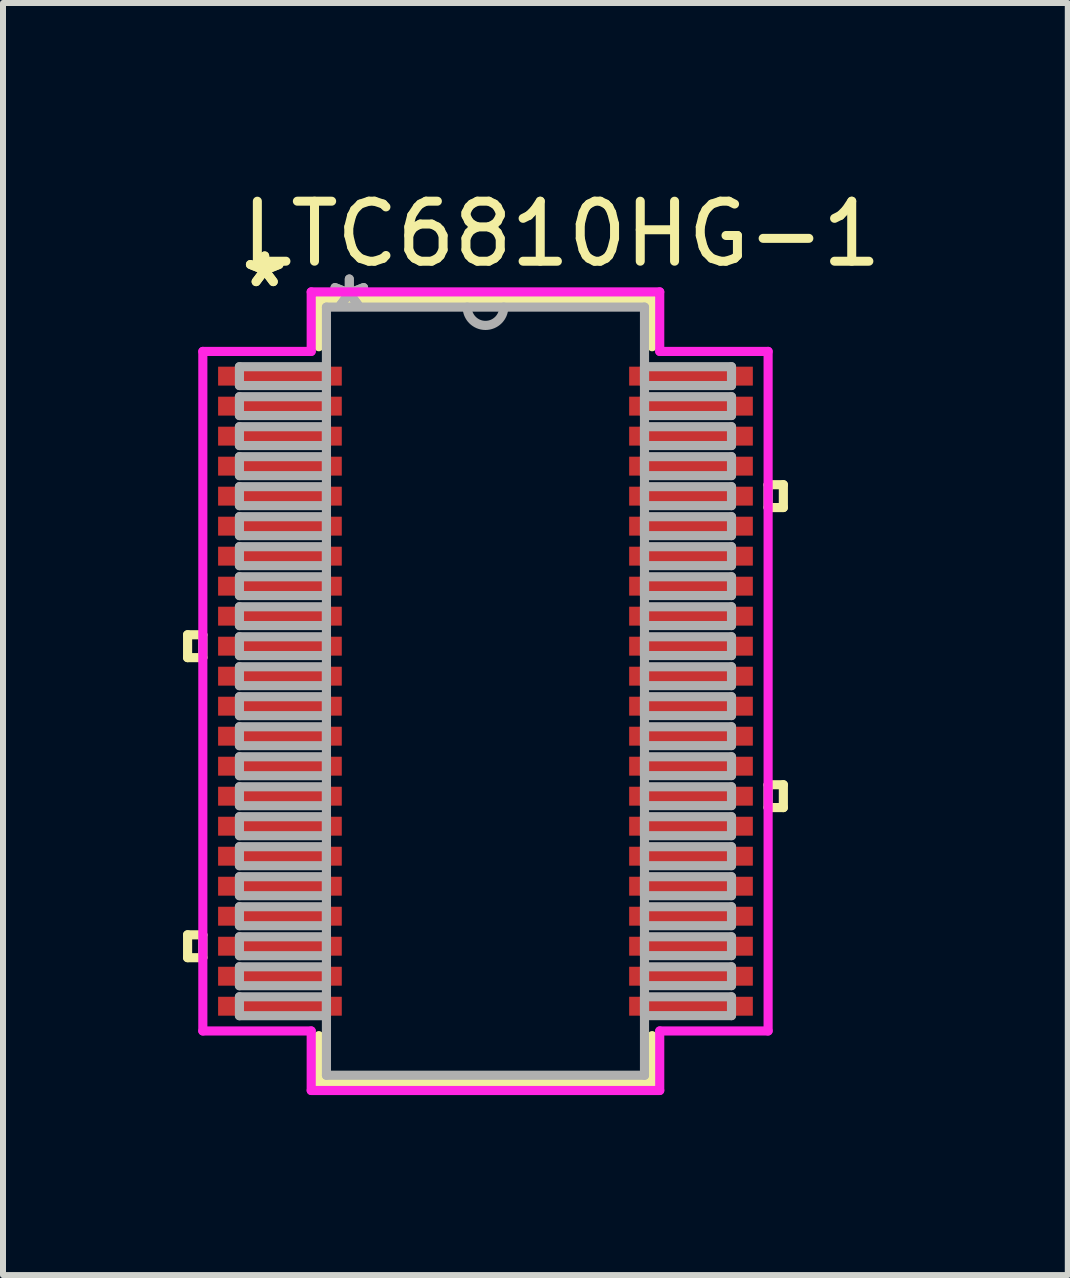
<source format=kicad_pcb>
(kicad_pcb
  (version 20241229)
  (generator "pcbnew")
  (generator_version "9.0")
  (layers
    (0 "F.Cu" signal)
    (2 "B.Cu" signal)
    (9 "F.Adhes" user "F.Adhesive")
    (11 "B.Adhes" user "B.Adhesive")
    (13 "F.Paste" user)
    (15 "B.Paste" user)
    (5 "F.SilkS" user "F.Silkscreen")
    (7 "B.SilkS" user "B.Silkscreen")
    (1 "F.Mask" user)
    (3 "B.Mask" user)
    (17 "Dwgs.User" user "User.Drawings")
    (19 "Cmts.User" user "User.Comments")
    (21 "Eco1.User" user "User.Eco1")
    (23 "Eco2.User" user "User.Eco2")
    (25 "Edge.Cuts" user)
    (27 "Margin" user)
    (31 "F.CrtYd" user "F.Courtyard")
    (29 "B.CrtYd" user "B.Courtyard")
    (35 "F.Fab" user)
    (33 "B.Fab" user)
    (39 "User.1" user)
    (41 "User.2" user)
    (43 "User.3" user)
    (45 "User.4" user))
  (footprint "LTC6810HG-1"
    (layer "F.Cu")
    (at 5.04 8.468)
    (property "Reference" "LTC6810HG-1" (at 1.27 -7.62 0) (layer "F.SilkS") (effects (font (size 1 1) (thickness 0.15))))
    (attr through_hole)
    (fp_line (start -4.964 -0.94) (end -4.964 -0.559) (stroke (width 0.152) (type solid)) (layer "F.SilkS"))
    (fp_line (start -4.964 -0.559) (end -4.71 -0.559) (stroke (width 0.152) (type solid)) (layer "F.SilkS"))
    (fp_line (start -4.964 4.06) (end -4.964 4.441) (stroke (width 0.152) (type solid)) (layer "F.SilkS"))
    (fp_line (start -4.964 4.441) (end -4.71 4.441) (stroke (width 0.152) (type solid)) (layer "F.SilkS"))
    (fp_line (start -4.71 -0.94) (end -4.964 -0.94) (stroke (width 0.152) (type solid)) (layer "F.SilkS"))
    (fp_line (start -4.71 -0.559) (end -4.71 -0.94) (stroke (width 0.152) (type solid)) (layer "F.SilkS"))
    (fp_line (start -4.71 4.06) (end -4.964 4.06) (stroke (width 0.152) (type solid)) (layer "F.SilkS"))
    (fp_line (start -4.71 4.441) (end -4.71 4.06) (stroke (width 0.152) (type solid)) (layer "F.SilkS"))
    (fp_line (start -2.777 -6.527) (end -2.777 -5.74) (stroke (width 0.152) (type solid)) (layer "F.SilkS"))
    (fp_line (start -2.777 5.74) (end -2.777 6.527) (stroke (width 0.152) (type solid)) (layer "F.SilkS"))
    (fp_line (start -2.777 6.527) (end 2.777 6.527) (stroke (width 0.152) (type solid)) (layer "F.SilkS"))
    (fp_line (start 2.777 -6.527) (end -2.777 -6.527) (stroke (width 0.152) (type solid)) (layer "F.SilkS"))
    (fp_line (start 2.777 -5.74) (end 2.777 -6.527) (stroke (width 0.152) (type solid)) (layer "F.SilkS"))
    (fp_line (start 2.777 6.527) (end 2.777 5.74) (stroke (width 0.152) (type solid)) (layer "F.SilkS"))
    (fp_line (start 4.71 -3.441) (end 4.964 -3.441) (stroke (width 0.152) (type solid)) (layer "F.SilkS"))
    (fp_line (start 4.71 -3.06) (end 4.71 -3.441) (stroke (width 0.152) (type solid)) (layer "F.SilkS"))
    (fp_line (start 4.71 1.559) (end 4.964 1.559) (stroke (width 0.152) (type solid)) (layer "F.SilkS"))
    (fp_line (start 4.71 1.94) (end 4.71 1.559) (stroke (width 0.152) (type solid)) (layer "F.SilkS"))
    (fp_line (start 4.964 -3.441) (end 4.964 -3.06) (stroke (width 0.152) (type solid)) (layer "F.SilkS"))
    (fp_line (start 4.964 -3.06) (end 4.71 -3.06) (stroke (width 0.152) (type solid)) (layer "F.SilkS"))
    (fp_line (start 4.964 1.559) (end 4.964 1.94) (stroke (width 0.152) (type solid)) (layer "F.SilkS"))
    (fp_line (start 4.964 1.94) (end 4.71 1.94) (stroke (width 0.152) (type solid)) (layer "F.SilkS"))
    (fp_line (start -4.71 -5.662) (end -2.904 -5.662) (stroke (width 0.152) (type solid)) (layer "F.CrtYd"))
    (fp_line (start -4.71 5.662) (end -4.71 -5.662) (stroke (width 0.152) (type solid)) (layer "F.CrtYd"))
    (fp_line (start -2.904 -6.654) (end 2.904 -6.654) (stroke (width 0.152) (type solid)) (layer "F.CrtYd"))
    (fp_line (start -2.904 -5.662) (end -2.904 -6.654) (stroke (width 0.152) (type solid)) (layer "F.CrtYd"))
    (fp_line (start -2.904 5.662) (end -4.71 5.662) (stroke (width 0.152) (type solid)) (layer "F.CrtYd"))
    (fp_line (start -2.904 6.654) (end -2.904 5.662) (stroke (width 0.152) (type solid)) (layer "F.CrtYd"))
    (fp_line (start 2.904 -6.654) (end 2.904 -5.662) (stroke (width 0.152) (type solid)) (layer "F.CrtYd"))
    (fp_line (start 2.904 -5.662) (end 4.71 -5.662) (stroke (width 0.152) (type solid)) (layer "F.CrtYd"))
    (fp_line (start 2.904 5.662) (end 2.904 6.654) (stroke (width 0.152) (type solid)) (layer "F.CrtYd"))
    (fp_line (start 2.904 6.654) (end -2.904 6.654) (stroke (width 0.152) (type solid)) (layer "F.CrtYd"))
    (fp_line (start 4.71 -5.662) (end 4.71 5.662) (stroke (width 0.152) (type solid)) (layer "F.CrtYd"))
    (fp_line (start 4.71 5.662) (end 2.904 5.662) (stroke (width 0.152) (type solid)) (layer "F.CrtYd"))
    (fp_line (start -4.1 -5.407) (end -4.1 -5.093) (stroke (width 0.152) (type solid)) (layer "F.Fab"))
    (fp_line (start -4.1 -5.093) (end -2.65 -5.093) (stroke (width 0.152) (type solid)) (layer "F.Fab"))
    (fp_line (start -4.1 -4.907) (end -4.1 -4.593) (stroke (width 0.152) (type solid)) (layer "F.Fab"))
    (fp_line (start -4.1 -4.593) (end -2.65 -4.593) (stroke (width 0.152) (type solid)) (layer "F.Fab"))
    (fp_line (start -4.1 -4.407) (end -4.1 -4.093) (stroke (width 0.152) (type solid)) (layer "F.Fab"))
    (fp_line (start -4.1 -4.093) (end -2.65 -4.093) (stroke (width 0.152) (type solid)) (layer "F.Fab"))
    (fp_line (start -4.1 -3.908) (end -4.1 -3.592) (stroke (width 0.152) (type solid)) (layer "F.Fab"))
    (fp_line (start -4.1 -3.592) (end -2.65 -3.592) (stroke (width 0.152) (type solid)) (layer "F.Fab"))
    (fp_line (start -4.1 -3.408) (end -4.1 -3.092) (stroke (width 0.152) (type solid)) (layer "F.Fab"))
    (fp_line (start -4.1 -3.092) (end -2.65 -3.092) (stroke (width 0.152) (type solid)) (layer "F.Fab"))
    (fp_line (start -4.1 -2.908) (end -4.1 -2.592) (stroke (width 0.152) (type solid)) (layer "F.Fab"))
    (fp_line (start -4.1 -2.592) (end -2.65 -2.592) (stroke (width 0.152) (type solid)) (layer "F.Fab"))
    (fp_line (start -4.1 -2.408) (end -4.1 -2.092) (stroke (width 0.152) (type solid)) (layer "F.Fab"))
    (fp_line (start -4.1 -2.092) (end -2.65 -2.092) (stroke (width 0.152) (type solid)) (layer "F.Fab"))
    (fp_line (start -4.1 -1.907) (end -4.1 -1.593) (stroke (width 0.152) (type solid)) (layer "F.Fab"))
    (fp_line (start -4.1 -1.593) (end -2.65 -1.593) (stroke (width 0.152) (type solid)) (layer "F.Fab"))
    (fp_line (start -4.1 -1.407) (end -4.1 -1.093) (stroke (width 0.152) (type solid)) (layer "F.Fab"))
    (fp_line (start -4.1 -1.093) (end -2.65 -1.093) (stroke (width 0.152) (type solid)) (layer "F.Fab"))
    (fp_line (start -4.1 -0.907) (end -4.1 -0.593) (stroke (width 0.152) (type solid)) (layer "F.Fab"))
    (fp_line (start -4.1 -0.593) (end -2.65 -0.593) (stroke (width 0.152) (type solid)) (layer "F.Fab"))
    (fp_line (start -4.1 -0.407) (end -4.1 -0.092) (stroke (width 0.152) (type solid)) (layer "F.Fab"))
    (fp_line (start -4.1 -0.092) (end -2.65 -0.092) (stroke (width 0.152) (type solid)) (layer "F.Fab"))
    (fp_line (start -4.1 0.092) (end -4.1 0.408) (stroke (width 0.152) (type solid)) (layer "F.Fab"))
    (fp_line (start -4.1 0.408) (end -2.65 0.408) (stroke (width 0.152) (type solid)) (layer "F.Fab"))
    (fp_line (start -4.1 0.593) (end -4.1 0.908) (stroke (width 0.152) (type solid)) (layer "F.Fab"))
    (fp_line (start -4.1 0.908) (end -2.65 0.908) (stroke (width 0.152) (type solid)) (layer "F.Fab"))
    (fp_line (start -4.1 1.093) (end -4.1 1.408) (stroke (width 0.152) (type solid)) (layer "F.Fab"))
    (fp_line (start -4.1 1.408) (end -2.65 1.408) (stroke (width 0.152) (type solid)) (layer "F.Fab"))
    (fp_line (start -4.1 1.593) (end -4.1 1.908) (stroke (width 0.152) (type solid)) (layer "F.Fab"))
    (fp_line (start -4.1 1.908) (end -2.65 1.908) (stroke (width 0.152) (type solid)) (layer "F.Fab"))
    (fp_line (start -4.1 2.092) (end -4.1 2.408) (stroke (width 0.152) (type solid)) (layer "F.Fab"))
    (fp_line (start -4.1 2.408) (end -2.65 2.408) (stroke (width 0.152) (type solid)) (layer "F.Fab"))
    (fp_line (start -4.1 2.592) (end -4.1 2.908) (stroke (width 0.152) (type solid)) (layer "F.Fab"))
    (fp_line (start -4.1 2.908) (end -2.65 2.908) (stroke (width 0.152) (type solid)) (layer "F.Fab"))
    (fp_line (start -4.1 3.092) (end -4.1 3.408) (stroke (width 0.152) (type solid)) (layer "F.Fab"))
    (fp_line (start -4.1 3.408) (end -2.65 3.408) (stroke (width 0.152) (type solid)) (layer "F.Fab"))
    (fp_line (start -4.1 3.592) (end -4.1 3.908) (stroke (width 0.152) (type solid)) (layer "F.Fab"))
    (fp_line (start -4.1 3.908) (end -2.65 3.908) (stroke (width 0.152) (type solid)) (layer "F.Fab"))
    (fp_line (start -4.1 4.093) (end -4.1 4.408) (stroke (width 0.152) (type solid)) (layer "F.Fab"))
    (fp_line (start -4.1 4.408) (end -2.65 4.408) (stroke (width 0.152) (type solid)) (layer "F.Fab"))
    (fp_line (start -4.1 4.593) (end -4.1 4.908) (stroke (width 0.152) (type solid)) (layer "F.Fab"))
    (fp_line (start -4.1 4.908) (end -2.65 4.908) (stroke (width 0.152) (type solid)) (layer "F.Fab"))
    (fp_line (start -4.1 5.093) (end -4.1 5.408) (stroke (width 0.152) (type solid)) (layer "F.Fab"))
    (fp_line (start -4.1 5.408) (end -2.65 5.408) (stroke (width 0.152) (type solid)) (layer "F.Fab"))
    (fp_line (start -2.65 -6.4) (end -2.65 6.4) (stroke (width 0.152) (type solid)) (layer "F.Fab"))
    (fp_line (start -2.65 -5.407) (end -4.1 -5.407) (stroke (width 0.152) (type solid)) (layer "F.Fab"))
    (fp_line (start -2.65 -5.093) (end -2.65 -5.407) (stroke (width 0.152) (type solid)) (layer "F.Fab"))
    (fp_line (start -2.65 -4.907) (end -4.1 -4.907) (stroke (width 0.152) (type solid)) (layer "F.Fab"))
    (fp_line (start -2.65 -4.593) (end -2.65 -4.907) (stroke (width 0.152) (type solid)) (layer "F.Fab"))
    (fp_line (start -2.65 -4.407) (end -4.1 -4.407) (stroke (width 0.152) (type solid)) (layer "F.Fab"))
    (fp_line (start -2.65 -4.093) (end -2.65 -4.407) (stroke (width 0.152) (type solid)) (layer "F.Fab"))
    (fp_line (start -2.65 -3.908) (end -4.1 -3.908) (stroke (width 0.152) (type solid)) (layer "F.Fab"))
    (fp_line (start -2.65 -3.592) (end -2.65 -3.908) (stroke (width 0.152) (type solid)) (layer "F.Fab"))
    (fp_line (start -2.65 -3.408) (end -4.1 -3.408) (stroke (width 0.152) (type solid)) (layer "F.Fab"))
    (fp_line (start -2.65 -3.092) (end -2.65 -3.408) (stroke (width 0.152) (type solid)) (layer "F.Fab"))
    (fp_line (start -2.65 -2.908) (end -4.1 -2.908) (stroke (width 0.152) (type solid)) (layer "F.Fab"))
    (fp_line (start -2.65 -2.592) (end -2.65 -2.908) (stroke (width 0.152) (type solid)) (layer "F.Fab"))
    (fp_line (start -2.65 -2.408) (end -4.1 -2.408) (stroke (width 0.152) (type solid)) (layer "F.Fab"))
    (fp_line (start -2.65 -2.092) (end -2.65 -2.408) (stroke (width 0.152) (type solid)) (layer "F.Fab"))
    (fp_line (start -2.65 -1.907) (end -4.1 -1.907) (stroke (width 0.152) (type solid)) (layer "F.Fab"))
    (fp_line (start -2.65 -1.593) (end -2.65 -1.907) (stroke (width 0.152) (type solid)) (layer "F.Fab"))
    (fp_line (start -2.65 -1.407) (end -4.1 -1.407) (stroke (width 0.152) (type solid)) (layer "F.Fab"))
    (fp_line (start -2.65 -1.093) (end -2.65 -1.407) (stroke (width 0.152) (type solid)) (layer "F.Fab"))
    (fp_line (start -2.65 -0.907) (end -4.1 -0.907) (stroke (width 0.152) (type solid)) (layer "F.Fab"))
    (fp_line (start -2.65 -0.593) (end -2.65 -0.907) (stroke (width 0.152) (type solid)) (layer "F.Fab"))
    (fp_line (start -2.65 -0.407) (end -4.1 -0.407) (stroke (width 0.152) (type solid)) (layer "F.Fab"))
    (fp_line (start -2.65 -0.092) (end -2.65 -0.407) (stroke (width 0.152) (type solid)) (layer "F.Fab"))
    (fp_line (start -2.65 0.092) (end -4.1 0.092) (stroke (width 0.152) (type solid)) (layer "F.Fab"))
    (fp_line (start -2.65 0.408) (end -2.65 0.092) (stroke (width 0.152) (type solid)) (layer "F.Fab"))
    (fp_line (start -2.65 0.593) (end -4.1 0.593) (stroke (width 0.152) (type solid)) (layer "F.Fab"))
    (fp_line (start -2.65 0.908) (end -2.65 0.593) (stroke (width 0.152) (type solid)) (layer "F.Fab"))
    (fp_line (start -2.65 1.093) (end -4.1 1.093) (stroke (width 0.152) (type solid)) (layer "F.Fab"))
    (fp_line (start -2.65 1.408) (end -2.65 1.093) (stroke (width 0.152) (type solid)) (layer "F.Fab"))
    (fp_line (start -2.65 1.593) (end -4.1 1.593) (stroke (width 0.152) (type solid)) (layer "F.Fab"))
    (fp_line (start -2.65 1.908) (end -2.65 1.593) (stroke (width 0.152) (type solid)) (layer "F.Fab"))
    (fp_line (start -2.65 2.092) (end -4.1 2.092) (stroke (width 0.152) (type solid)) (layer "F.Fab"))
    (fp_line (start -2.65 2.408) (end -2.65 2.092) (stroke (width 0.152) (type solid)) (layer "F.Fab"))
    (fp_line (start -2.65 2.592) (end -4.1 2.592) (stroke (width 0.152) (type solid)) (layer "F.Fab"))
    (fp_line (start -2.65 2.908) (end -2.65 2.592) (stroke (width 0.152) (type solid)) (layer "F.Fab"))
    (fp_line (start -2.65 3.092) (end -4.1 3.092) (stroke (width 0.152) (type solid)) (layer "F.Fab"))
    (fp_line (start -2.65 3.408) (end -2.65 3.092) (stroke (width 0.152) (type solid)) (layer "F.Fab"))
    (fp_line (start -2.65 3.592) (end -4.1 3.592) (stroke (width 0.152) (type solid)) (layer "F.Fab"))
    (fp_line (start -2.65 3.908) (end -2.65 3.592) (stroke (width 0.152) (type solid)) (layer "F.Fab"))
    (fp_line (start -2.65 4.093) (end -4.1 4.093) (stroke (width 0.152) (type solid)) (layer "F.Fab"))
    (fp_line (start -2.65 4.408) (end -2.65 4.093) (stroke (width 0.152) (type solid)) (layer "F.Fab"))
    (fp_line (start -2.65 4.593) (end -4.1 4.593) (stroke (width 0.152) (type solid)) (layer "F.Fab"))
    (fp_line (start -2.65 4.908) (end -2.65 4.593) (stroke (width 0.152) (type solid)) (layer "F.Fab"))
    (fp_line (start -2.65 5.093) (end -4.1 5.093) (stroke (width 0.152) (type solid)) (layer "F.Fab"))
    (fp_line (start -2.65 5.408) (end -2.65 5.093) (stroke (width 0.152) (type solid)) (layer "F.Fab"))
    (fp_line (start -2.65 6.4) (end 2.65 6.4) (stroke (width 0.152) (type solid)) (layer "F.Fab"))
    (fp_line (start 2.65 -6.4) (end -2.65 -6.4) (stroke (width 0.152) (type solid)) (layer "F.Fab"))
    (fp_line (start 2.65 -5.407) (end 2.65 -5.093) (stroke (width 0.152) (type solid)) (layer "F.Fab"))
    (fp_line (start 2.65 -5.093) (end 4.1 -5.093) (stroke (width 0.152) (type solid)) (layer "F.Fab"))
    (fp_line (start 2.65 -4.907) (end 2.65 -4.593) (stroke (width 0.152) (type solid)) (layer "F.Fab"))
    (fp_line (start 2.65 -4.593) (end 4.1 -4.593) (stroke (width 0.152) (type solid)) (layer "F.Fab"))
    (fp_line (start 2.65 -4.407) (end 2.65 -4.093) (stroke (width 0.152) (type solid)) (layer "F.Fab"))
    (fp_line (start 2.65 -4.093) (end 4.1 -4.093) (stroke (width 0.152) (type solid)) (layer "F.Fab"))
    (fp_line (start 2.65 -3.908) (end 2.65 -3.592) (stroke (width 0.152) (type solid)) (layer "F.Fab"))
    (fp_line (start 2.65 -3.592) (end 4.1 -3.592) (stroke (width 0.152) (type solid)) (layer "F.Fab"))
    (fp_line (start 2.65 -3.408) (end 2.65 -3.092) (stroke (width 0.152) (type solid)) (layer "F.Fab"))
    (fp_line (start 2.65 -3.092) (end 4.1 -3.092) (stroke (width 0.152) (type solid)) (layer "F.Fab"))
    (fp_line (start 2.65 -2.908) (end 2.65 -2.592) (stroke (width 0.152) (type solid)) (layer "F.Fab"))
    (fp_line (start 2.65 -2.592) (end 4.1 -2.592) (stroke (width 0.152) (type solid)) (layer "F.Fab"))
    (fp_line (start 2.65 -2.408) (end 2.65 -2.092) (stroke (width 0.152) (type solid)) (layer "F.Fab"))
    (fp_line (start 2.65 -2.092) (end 4.1 -2.092) (stroke (width 0.152) (type solid)) (layer "F.Fab"))
    (fp_line (start 2.65 -1.907) (end 2.65 -1.593) (stroke (width 0.152) (type solid)) (layer "F.Fab"))
    (fp_line (start 2.65 -1.593) (end 4.1 -1.593) (stroke (width 0.152) (type solid)) (layer "F.Fab"))
    (fp_line (start 2.65 -1.407) (end 2.65 -1.093) (stroke (width 0.152) (type solid)) (layer "F.Fab"))
    (fp_line (start 2.65 -1.093) (end 4.1 -1.093) (stroke (width 0.152) (type solid)) (layer "F.Fab"))
    (fp_line (start 2.65 -0.907) (end 2.65 -0.593) (stroke (width 0.152) (type solid)) (layer "F.Fab"))
    (fp_line (start 2.65 -0.593) (end 4.1 -0.593) (stroke (width 0.152) (type solid)) (layer "F.Fab"))
    (fp_line (start 2.65 -0.407) (end 2.65 -0.092) (stroke (width 0.152) (type solid)) (layer "F.Fab"))
    (fp_line (start 2.65 -0.092) (end 4.1 -0.092) (stroke (width 0.152) (type solid)) (layer "F.Fab"))
    (fp_line (start 2.65 0.092) (end 2.65 0.407) (stroke (width 0.152) (type solid)) (layer "F.Fab"))
    (fp_line (start 2.65 0.407) (end 4.1 0.407) (stroke (width 0.152) (type solid)) (layer "F.Fab"))
    (fp_line (start 2.65 0.593) (end 2.65 0.907) (stroke (width 0.152) (type solid)) (layer "F.Fab"))
    (fp_line (start 2.65 0.907) (end 4.1 0.907) (stroke (width 0.152) (type solid)) (layer "F.Fab"))
    (fp_line (start 2.65 1.093) (end 2.65 1.407) (stroke (width 0.152) (type solid)) (layer "F.Fab"))
    (fp_line (start 2.65 1.407) (end 4.1 1.407) (stroke (width 0.152) (type solid)) (layer "F.Fab"))
    (fp_line (start 2.65 1.593) (end 2.65 1.907) (stroke (width 0.152) (type solid)) (layer "F.Fab"))
    (fp_line (start 2.65 1.907) (end 4.1 1.907) (stroke (width 0.152) (type solid)) (layer "F.Fab"))
    (fp_line (start 2.65 2.092) (end 2.65 2.408) (stroke (width 0.152) (type solid)) (layer "F.Fab"))
    (fp_line (start 2.65 2.408) (end 4.1 2.408) (stroke (width 0.152) (type solid)) (layer "F.Fab"))
    (fp_line (start 2.65 2.592) (end 2.65 2.908) (stroke (width 0.152) (type solid)) (layer "F.Fab"))
    (fp_line (start 2.65 2.908) (end 4.1 2.908) (stroke (width 0.152) (type solid)) (layer "F.Fab"))
    (fp_line (start 2.65 3.092) (end 2.65 3.408) (stroke (width 0.152) (type solid)) (layer "F.Fab"))
    (fp_line (start 2.65 3.408) (end 4.1 3.408) (stroke (width 0.152) (type solid)) (layer "F.Fab"))
    (fp_line (start 2.65 3.592) (end 2.65 3.908) (stroke (width 0.152) (type solid)) (layer "F.Fab"))
    (fp_line (start 2.65 3.908) (end 4.1 3.908) (stroke (width 0.152) (type solid)) (layer "F.Fab"))
    (fp_line (start 2.65 4.093) (end 2.65 4.407) (stroke (width 0.152) (type solid)) (layer "F.Fab"))
    (fp_line (start 2.65 4.407) (end 4.1 4.407) (stroke (width 0.152) (type solid)) (layer "F.Fab"))
    (fp_line (start 2.65 4.593) (end 2.65 4.907) (stroke (width 0.152) (type solid)) (layer "F.Fab"))
    (fp_line (start 2.65 4.907) (end 4.1 4.907) (stroke (width 0.152) (type solid)) (layer "F.Fab"))
    (fp_line (start 2.65 5.093) (end 2.65 5.407) (stroke (width 0.152) (type solid)) (layer "F.Fab"))
    (fp_line (start 2.65 5.407) (end 4.1 5.407) (stroke (width 0.152) (type solid)) (layer "F.Fab"))
    (fp_line (start 2.65 6.4) (end 2.65 -6.4) (stroke (width 0.152) (type solid)) (layer "F.Fab"))
    (fp_line (start 4.1 -5.407) (end 2.65 -5.407) (stroke (width 0.152) (type solid)) (layer "F.Fab"))
    (fp_line (start 4.1 -5.093) (end 4.1 -5.407) (stroke (width 0.152) (type solid)) (layer "F.Fab"))
    (fp_line (start 4.1 -4.907) (end 2.65 -4.907) (stroke (width 0.152) (type solid)) (layer "F.Fab"))
    (fp_line (start 4.1 -4.593) (end 4.1 -4.907) (stroke (width 0.152) (type solid)) (layer "F.Fab"))
    (fp_line (start 4.1 -4.407) (end 2.65 -4.407) (stroke (width 0.152) (type solid)) (layer "F.Fab"))
    (fp_line (start 4.1 -4.093) (end 4.1 -4.407) (stroke (width 0.152) (type solid)) (layer "F.Fab"))
    (fp_line (start 4.1 -3.908) (end 2.65 -3.908) (stroke (width 0.152) (type solid)) (layer "F.Fab"))
    (fp_line (start 4.1 -3.592) (end 4.1 -3.908) (stroke (width 0.152) (type solid)) (layer "F.Fab"))
    (fp_line (start 4.1 -3.408) (end 2.65 -3.408) (stroke (width 0.152) (type solid)) (layer "F.Fab"))
    (fp_line (start 4.1 -3.092) (end 4.1 -3.408) (stroke (width 0.152) (type solid)) (layer "F.Fab"))
    (fp_line (start 4.1 -2.908) (end 2.65 -2.908) (stroke (width 0.152) (type solid)) (layer "F.Fab"))
    (fp_line (start 4.1 -2.592) (end 4.1 -2.908) (stroke (width 0.152) (type solid)) (layer "F.Fab"))
    (fp_line (start 4.1 -2.408) (end 2.65 -2.408) (stroke (width 0.152) (type solid)) (layer "F.Fab"))
    (fp_line (start 4.1 -2.092) (end 4.1 -2.408) (stroke (width 0.152) (type solid)) (layer "F.Fab"))
    (fp_line (start 4.1 -1.907) (end 2.65 -1.907) (stroke (width 0.152) (type solid)) (layer "F.Fab"))
    (fp_line (start 4.1 -1.593) (end 4.1 -1.907) (stroke (width 0.152) (type solid)) (layer "F.Fab"))
    (fp_line (start 4.1 -1.407) (end 2.65 -1.407) (stroke (width 0.152) (type solid)) (layer "F.Fab"))
    (fp_line (start 4.1 -1.093) (end 4.1 -1.407) (stroke (width 0.152) (type solid)) (layer "F.Fab"))
    (fp_line (start 4.1 -0.907) (end 2.65 -0.907) (stroke (width 0.152) (type solid)) (layer "F.Fab"))
    (fp_line (start 4.1 -0.593) (end 4.1 -0.907) (stroke (width 0.152) (type solid)) (layer "F.Fab"))
    (fp_line (start 4.1 -0.407) (end 2.65 -0.407) (stroke (width 0.152) (type solid)) (layer "F.Fab"))
    (fp_line (start 4.1 -0.092) (end 4.1 -0.407) (stroke (width 0.152) (type solid)) (layer "F.Fab"))
    (fp_line (start 4.1 0.092) (end 2.65 0.092) (stroke (width 0.152) (type solid)) (layer "F.Fab"))
    (fp_line (start 4.1 0.407) (end 4.1 0.092) (stroke (width 0.152) (type solid)) (layer "F.Fab"))
    (fp_line (start 4.1 0.593) (end 2.65 0.593) (stroke (width 0.152) (type solid)) (layer "F.Fab"))
    (fp_line (start 4.1 0.907) (end 4.1 0.593) (stroke (width 0.152) (type solid)) (layer "F.Fab"))
    (fp_line (start 4.1 1.093) (end 2.65 1.093) (stroke (width 0.152) (type solid)) (layer "F.Fab"))
    (fp_line (start 4.1 1.407) (end 4.1 1.093) (stroke (width 0.152) (type solid)) (layer "F.Fab"))
    (fp_line (start 4.1 1.593) (end 2.65 1.593) (stroke (width 0.152) (type solid)) (layer "F.Fab"))
    (fp_line (start 4.1 1.907) (end 4.1 1.593) (stroke (width 0.152) (type solid)) (layer "F.Fab"))
    (fp_line (start 4.1 2.092) (end 2.65 2.092) (stroke (width 0.152) (type solid)) (layer "F.Fab"))
    (fp_line (start 4.1 2.408) (end 4.1 2.092) (stroke (width 0.152) (type solid)) (layer "F.Fab"))
    (fp_line (start 4.1 2.592) (end 2.65 2.592) (stroke (width 0.152) (type solid)) (layer "F.Fab"))
    (fp_line (start 4.1 2.908) (end 4.1 2.592) (stroke (width 0.152) (type solid)) (layer "F.Fab"))
    (fp_line (start 4.1 3.092) (end 2.65 3.092) (stroke (width 0.152) (type solid)) (layer "F.Fab"))
    (fp_line (start 4.1 3.408) (end 4.1 3.092) (stroke (width 0.152) (type solid)) (layer "F.Fab"))
    (fp_line (start 4.1 3.592) (end 2.65 3.592) (stroke (width 0.152) (type solid)) (layer "F.Fab"))
    (fp_line (start 4.1 3.908) (end 4.1 3.592) (stroke (width 0.152) (type solid)) (layer "F.Fab"))
    (fp_line (start 4.1 4.093) (end 2.65 4.093) (stroke (width 0.152) (type solid)) (layer "F.Fab"))
    (fp_line (start 4.1 4.407) (end 4.1 4.093) (stroke (width 0.152) (type solid)) (layer "F.Fab"))
    (fp_line (start 4.1 4.593) (end 2.65 4.593) (stroke (width 0.152) (type solid)) (layer "F.Fab"))
    (fp_line (start 4.1 4.907) (end 4.1 4.593) (stroke (width 0.152) (type solid)) (layer "F.Fab"))
    (fp_line (start 4.1 5.093) (end 2.65 5.093) (stroke (width 0.152) (type solid)) (layer "F.Fab"))
    (fp_line (start 4.1 5.407) (end 4.1 5.093) (stroke (width 0.152) (type solid)) (layer "F.Fab"))
    (fp_arc (start 0.3048 -6.4) (mid 0 -6.0952) (end -0.3048 -6.4) (stroke (width 0.1524) (type solid)) (layer "F.Fab"))
    (fp_text user "*" (at -3.679 -6.708 0) (layer "F.SilkS") (effects (font (size 1 1) (thickness 0.15))))
    (fp_text user "*" (at -3.679 -6.708 0) (layer "F.SilkS") (effects (font (size 1 1) (thickness 0.15))))
    (fp_text user "*" (at -2.269 -6.324 0) (layer "F.Fab") (effects (font (size 1 1) (thickness 0.15))))
    (fp_text user "*" (at -2.269 -6.324 0) (layer "F.Fab") (effects (font (size 1 1) (thickness 0.15))))
    (pad "1" smd rect (at -3.425 -5.25) (size 2.061 0.315) (layers "F.Cu" "F.Mask" "F.Paste"))
    (pad "2" smd rect (at -3.425 -4.75) (size 2.061 0.315) (layers "F.Cu" "F.Mask" "F.Paste"))
    (pad "3" smd rect (at -3.425 -4.25) (size 2.061 0.315) (layers "F.Cu" "F.Mask" "F.Paste"))
    (pad "4" smd rect (at -3.425 -3.75) (size 2.061 0.315) (layers "F.Cu" "F.Mask" "F.Paste"))
    (pad "5" smd rect (at -3.425 -3.25) (size 2.061 0.315) (layers "F.Cu" "F.Mask" "F.Paste"))
    (pad "6" smd rect (at -3.425 -2.75) (size 2.061 0.315) (layers "F.Cu" "F.Mask" "F.Paste"))
    (pad "7" smd rect (at -3.425 -2.25) (size 2.061 0.315) (layers "F.Cu" "F.Mask" "F.Paste"))
    (pad "8" smd rect (at -3.425 -1.75) (size 2.061 0.315) (layers "F.Cu" "F.Mask" "F.Paste"))
    (pad "9" smd rect (at -3.425 -1.25) (size 2.061 0.315) (layers "F.Cu" "F.Mask" "F.Paste"))
    (pad "10" smd rect (at -3.425 -0.75) (size 2.061 0.315) (layers "F.Cu" "F.Mask" "F.Paste"))
    (pad "11" smd rect (at -3.425 -0.25) (size 2.061 0.315) (layers "F.Cu" "F.Mask" "F.Paste"))
    (pad "12" smd rect (at -3.425 0.25) (size 2.061 0.315) (layers "F.Cu" "F.Mask" "F.Paste"))
    (pad "13" smd rect (at -3.425 0.75) (size 2.061 0.315) (layers "F.Cu" "F.Mask" "F.Paste"))
    (pad "14" smd rect (at -3.425 1.25) (size 2.061 0.315) (layers "F.Cu" "F.Mask" "F.Paste"))
    (pad "15" smd rect (at -3.425 1.75) (size 2.061 0.315) (layers "F.Cu" "F.Mask" "F.Paste"))
    (pad "16" smd rect (at -3.425 2.25) (size 2.061 0.315) (layers "F.Cu" "F.Mask" "F.Paste"))
    (pad "17" smd rect (at -3.425 2.75) (size 2.061 0.315) (layers "F.Cu" "F.Mask" "F.Paste"))
    (pad "18" smd rect (at -3.425 3.25) (size 2.061 0.315) (layers "F.Cu" "F.Mask" "F.Paste"))
    (pad "19" smd rect (at -3.425 3.75) (size 2.061 0.315) (layers "F.Cu" "F.Mask" "F.Paste"))
    (pad "20" smd rect (at -3.425 4.25) (size 2.061 0.315) (layers "F.Cu" "F.Mask" "F.Paste"))
    (pad "21" smd rect (at -3.425 4.75) (size 2.061 0.315) (layers "F.Cu" "F.Mask" "F.Paste"))
    (pad "22" smd rect (at -3.425 5.25) (size 2.061 0.315) (layers "F.Cu" "F.Mask" "F.Paste"))
    (pad "23" smd rect (at 3.425 5.25) (size 2.061 0.315) (layers "F.Cu" "F.Mask" "F.Paste"))
    (pad "24" smd rect (at 3.425 4.75) (size 2.061 0.315) (layers "F.Cu" "F.Mask" "F.Paste"))
    (pad "25" smd rect (at 3.425 4.25) (size 2.061 0.315) (layers "F.Cu" "F.Mask" "F.Paste"))
    (pad "26" smd rect (at 3.425 3.75) (size 2.061 0.315) (layers "F.Cu" "F.Mask" "F.Paste"))
    (pad "27" smd rect (at 3.425 3.25) (size 2.061 0.315) (layers "F.Cu" "F.Mask" "F.Paste"))
    (pad "28" smd rect (at 3.425 2.75) (size 2.061 0.315) (layers "F.Cu" "F.Mask" "F.Paste"))
    (pad "29" smd rect (at 3.425 2.25) (size 2.061 0.315) (layers "F.Cu" "F.Mask" "F.Paste"))
    (pad "30" smd rect (at 3.425 1.75) (size 2.061 0.315) (layers "F.Cu" "F.Mask" "F.Paste"))
    (pad "31" smd rect (at 3.425 1.25) (size 2.061 0.315) (layers "F.Cu" "F.Mask" "F.Paste"))
    (pad "32" smd rect (at 3.425 0.75) (size 2.061 0.315) (layers "F.Cu" "F.Mask" "F.Paste"))
    (pad "33" smd rect (at 3.425 0.25) (size 2.061 0.315) (layers "F.Cu" "F.Mask" "F.Paste"))
    (pad "34" smd rect (at 3.425 -0.25) (size 2.061 0.315) (layers "F.Cu" "F.Mask" "F.Paste"))
    (pad "35" smd rect (at 3.425 -0.75) (size 2.061 0.315) (layers "F.Cu" "F.Mask" "F.Paste"))
    (pad "36" smd rect (at 3.425 -1.25) (size 2.061 0.315) (layers "F.Cu" "F.Mask" "F.Paste"))
    (pad "37" smd rect (at 3.425 -1.75) (size 2.061 0.315) (layers "F.Cu" "F.Mask" "F.Paste"))
    (pad "38" smd rect (at 3.425 -2.25) (size 2.061 0.315) (layers "F.Cu" "F.Mask" "F.Paste"))
    (pad "39" smd rect (at 3.425 -2.75) (size 2.061 0.315) (layers "F.Cu" "F.Mask" "F.Paste"))
    (pad "40" smd rect (at 3.425 -3.25) (size 2.061 0.315) (layers "F.Cu" "F.Mask" "F.Paste"))
    (pad "41" smd rect (at 3.425 -3.75) (size 2.061 0.315) (layers "F.Cu" "F.Mask" "F.Paste"))
    (pad "42" smd rect (at 3.425 -4.25) (size 2.061 0.315) (layers "F.Cu" "F.Mask" "F.Paste"))
    (pad "43" smd rect (at 3.425 -4.75) (size 2.061 0.315) (layers "F.Cu" "F.Mask" "F.Paste"))
    (pad "44" smd rect (at 3.425 -5.25) (size 2.061 0.315) (layers "F.Cu" "F.Mask" "F.Paste")))
  (gr_rect
    (start -3 -3)
    (end 14.744 18.198)
    (stroke (width 0.1) (type default))
    (fill no)
    (layer "Edge.Cuts")))
</source>
